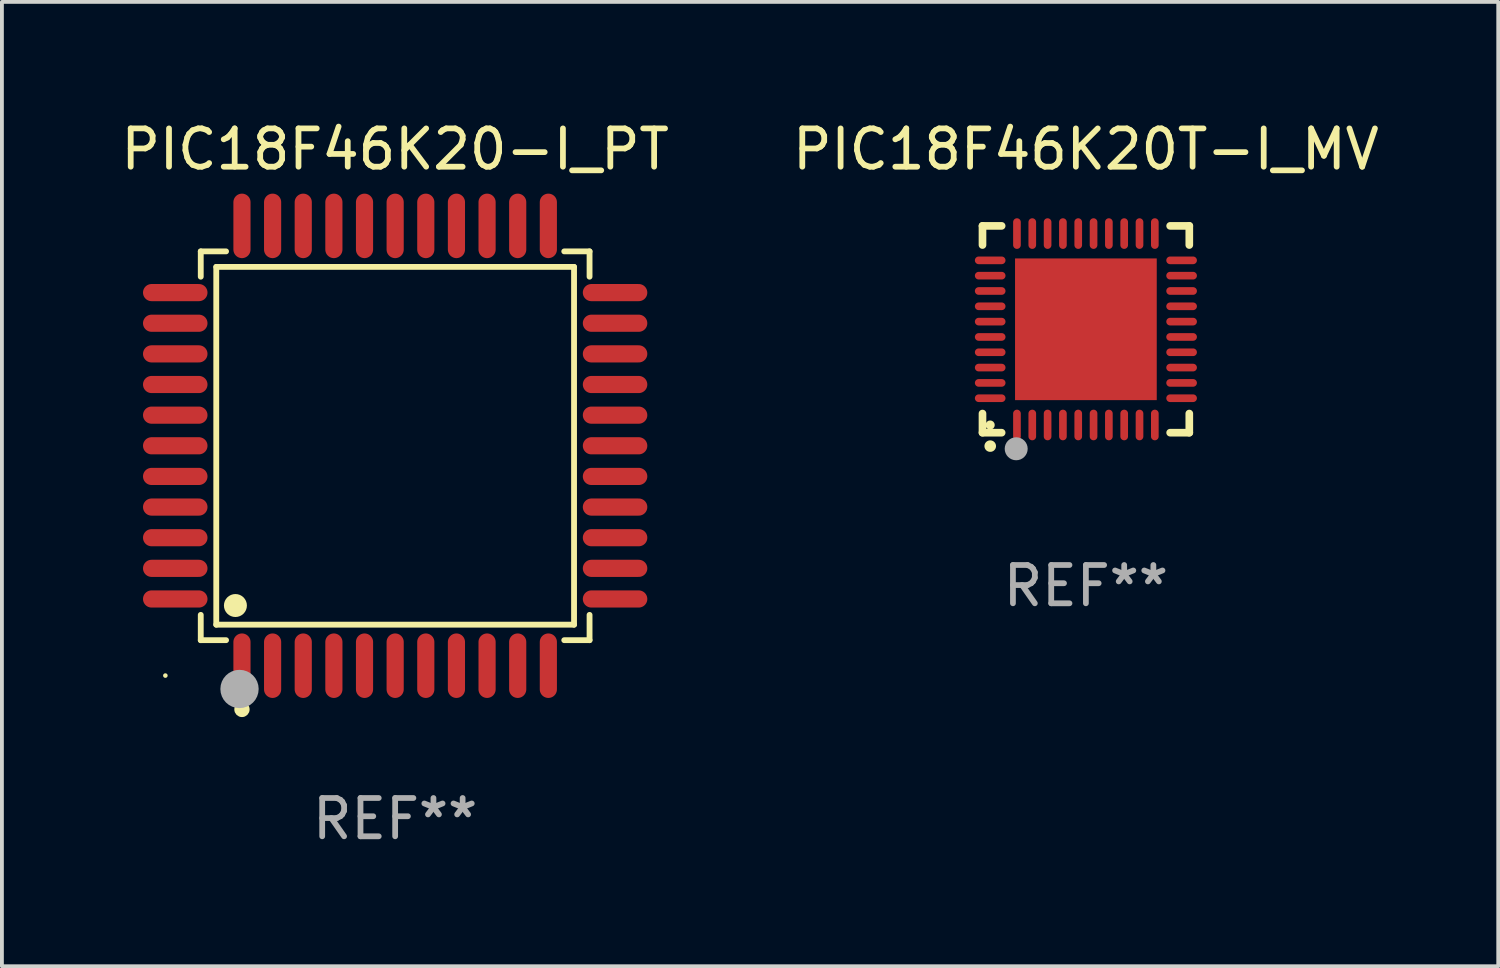
<source format=kicad_pcb>
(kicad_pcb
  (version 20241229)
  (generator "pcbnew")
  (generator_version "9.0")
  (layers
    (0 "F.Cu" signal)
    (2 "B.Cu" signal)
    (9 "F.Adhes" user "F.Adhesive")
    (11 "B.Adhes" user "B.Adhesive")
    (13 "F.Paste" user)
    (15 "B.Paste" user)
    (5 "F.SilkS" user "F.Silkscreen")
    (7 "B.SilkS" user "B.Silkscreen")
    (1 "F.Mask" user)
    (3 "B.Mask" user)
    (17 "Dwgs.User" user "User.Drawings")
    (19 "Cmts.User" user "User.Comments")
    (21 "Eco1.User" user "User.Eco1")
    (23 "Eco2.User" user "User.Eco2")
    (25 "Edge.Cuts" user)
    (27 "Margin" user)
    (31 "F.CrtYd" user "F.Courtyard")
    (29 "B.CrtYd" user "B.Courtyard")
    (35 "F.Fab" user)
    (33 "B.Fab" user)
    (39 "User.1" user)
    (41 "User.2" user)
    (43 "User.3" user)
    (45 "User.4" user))
  (footprint "PIC18F46K20-I_PT"
    (layer "F.Cu")
    (at 7.268 8.59)
    (property "Reference" "PIC18F46K20-I_PT" (at 0 -7.742 0) (layer "F.SilkS") (effects (font (size 1 1) (thickness 0.15))))
    (attr through_hole)
    (fp_line (start -5.076 -5.076) (end -4.415 -5.076) (stroke (width 0.152) (type solid)) (layer "F.SilkS"))
    (fp_line (start -5.076 -4.415) (end -5.076 -5.076) (stroke (width 0.152) (type solid)) (layer "F.SilkS"))
    (fp_line (start -5.076 4.415) (end -5.076 5.076) (stroke (width 0.152) (type solid)) (layer "F.SilkS"))
    (fp_line (start -5.076 5.076) (end -4.415 5.076) (stroke (width 0.152) (type solid)) (layer "F.SilkS"))
    (fp_line (start -4.671 -4.671) (end 4.671 -4.671) (stroke (width 0.152) (type solid)) (layer "F.SilkS"))
    (fp_line (start -4.671 4.671) (end -4.671 -4.671) (stroke (width 0.152) (type solid)) (layer "F.SilkS"))
    (fp_line (start 4.671 -4.671) (end 4.671 4.671) (stroke (width 0.152) (type solid)) (layer "F.SilkS"))
    (fp_line (start 4.671 4.671) (end -4.671 4.671) (stroke (width 0.152) (type solid)) (layer "F.SilkS"))
    (fp_line (start 5.076 -5.076) (end 4.415 -5.076) (stroke (width 0.152) (type solid)) (layer "F.SilkS"))
    (fp_line (start 5.076 -4.415) (end 5.076 -5.076) (stroke (width 0.152) (type solid)) (layer "F.SilkS"))
    (fp_line (start 5.076 4.415) (end 5.076 5.076) (stroke (width 0.152) (type solid)) (layer "F.SilkS"))
    (fp_line (start 5.076 5.076) (end 4.415 5.076) (stroke (width 0.152) (type solid)) (layer "F.SilkS"))
    (fp_circle (center -6 6) (end -5.97 6) (stroke (width 0.06) (type solid)) (fill no) (layer "F.SilkS"))
    (fp_circle (center -4.171 4.171) (end -4.021 4.171) (stroke (width 0.3) (type solid)) (fill no) (layer "F.SilkS"))
    (fp_circle (center -4 6.884) (end -3.9 6.884) (stroke (width 0.2) (type solid)) (fill no) (layer "F.SilkS"))
    (fp_circle (center -4.064 6.35) (end -3.814 6.35) (stroke (width 0.5) (type solid)) (fill no) (layer "F.Fab"))
    (fp_text user "REF**" (at 0 9.742 0) (layer "F.Fab") (effects (font (size 1 1) (thickness 0.15))))
    (pad "1" smd oval (at -4 5.742) (size 0.448 1.684) (layers "F.Cu" "F.Mask" "F.Paste"))
    (pad "2" smd oval (at -3.2 5.742) (size 0.448 1.684) (layers "F.Cu" "F.Mask" "F.Paste"))
    (pad "3" smd oval (at -2.4 5.742) (size 0.448 1.684) (layers "F.Cu" "F.Mask" "F.Paste"))
    (pad "4" smd oval (at -1.6 5.742) (size 0.448 1.684) (layers "F.Cu" "F.Mask" "F.Paste"))
    (pad "5" smd oval (at -0.8 5.742) (size 0.448 1.684) (layers "F.Cu" "F.Mask" "F.Paste"))
    (pad "6" smd oval (at 0 5.742) (size 0.448 1.684) (layers "F.Cu" "F.Mask" "F.Paste"))
    (pad "7" smd oval (at 0.8 5.742) (size 0.448 1.684) (layers "F.Cu" "F.Mask" "F.Paste"))
    (pad "8" smd oval (at 1.6 5.742) (size 0.448 1.684) (layers "F.Cu" "F.Mask" "F.Paste"))
    (pad "9" smd oval (at 2.4 5.742) (size 0.448 1.684) (layers "F.Cu" "F.Mask" "F.Paste"))
    (pad "10" smd oval (at 3.2 5.742) (size 0.448 1.684) (layers "F.Cu" "F.Mask" "F.Paste"))
    (pad "11" smd oval (at 4 5.742) (size 0.448 1.684) (layers "F.Cu" "F.Mask" "F.Paste"))
    (pad "12" smd oval (at 5.742 4) (size 1.684 0.448) (layers "F.Cu" "F.Mask" "F.Paste"))
    (pad "13" smd oval (at 5.742 3.2) (size 1.684 0.448) (layers "F.Cu" "F.Mask" "F.Paste"))
    (pad "14" smd oval (at 5.742 2.4) (size 1.684 0.448) (layers "F.Cu" "F.Mask" "F.Paste"))
    (pad "15" smd oval (at 5.742 1.6) (size 1.684 0.448) (layers "F.Cu" "F.Mask" "F.Paste"))
    (pad "16" smd oval (at 5.742 0.8) (size 1.684 0.448) (layers "F.Cu" "F.Mask" "F.Paste"))
    (pad "17" smd oval (at 5.742 0) (size 1.684 0.448) (layers "F.Cu" "F.Mask" "F.Paste"))
    (pad "18" smd oval (at 5.742 -0.8) (size 1.684 0.448) (layers "F.Cu" "F.Mask" "F.Paste"))
    (pad "19" smd oval (at 5.742 -1.6) (size 1.684 0.448) (layers "F.Cu" "F.Mask" "F.Paste"))
    (pad "20" smd oval (at 5.742 -2.4) (size 1.684 0.448) (layers "F.Cu" "F.Mask" "F.Paste"))
    (pad "21" smd oval (at 5.742 -3.2) (size 1.684 0.448) (layers "F.Cu" "F.Mask" "F.Paste"))
    (pad "22" smd oval (at 5.742 -4) (size 1.684 0.448) (layers "F.Cu" "F.Mask" "F.Paste"))
    (pad "23" smd oval (at 4 -5.742) (size 0.448 1.684) (layers "F.Cu" "F.Mask" "F.Paste"))
    (pad "24" smd oval (at 3.2 -5.742) (size 0.448 1.684) (layers "F.Cu" "F.Mask" "F.Paste"))
    (pad "25" smd oval (at 2.4 -5.742) (size 0.448 1.684) (layers "F.Cu" "F.Mask" "F.Paste"))
    (pad "26" smd oval (at 1.6 -5.742) (size 0.448 1.684) (layers "F.Cu" "F.Mask" "F.Paste"))
    (pad "27" smd oval (at 0.8 -5.742) (size 0.448 1.684) (layers "F.Cu" "F.Mask" "F.Paste"))
    (pad "28" smd oval (at 0 -5.742) (size 0.448 1.684) (layers "F.Cu" "F.Mask" "F.Paste"))
    (pad "29" smd oval (at -0.8 -5.742) (size 0.448 1.684) (layers "F.Cu" "F.Mask" "F.Paste"))
    (pad "30" smd oval (at -1.6 -5.742) (size 0.448 1.684) (layers "F.Cu" "F.Mask" "F.Paste"))
    (pad "31" smd oval (at -2.4 -5.742) (size 0.448 1.684) (layers "F.Cu" "F.Mask" "F.Paste"))
    (pad "32" smd oval (at -3.2 -5.742) (size 0.448 1.684) (layers "F.Cu" "F.Mask" "F.Paste"))
    (pad "33" smd oval (at -4 -5.742) (size 0.448 1.684) (layers "F.Cu" "F.Mask" "F.Paste"))
    (pad "34" smd oval (at -5.742 -4) (size 1.684 0.448) (layers "F.Cu" "F.Mask" "F.Paste"))
    (pad "35" smd oval (at -5.742 -3.2) (size 1.684 0.448) (layers "F.Cu" "F.Mask" "F.Paste"))
    (pad "36" smd oval (at -5.742 -2.4) (size 1.684 0.448) (layers "F.Cu" "F.Mask" "F.Paste"))
    (pad "37" smd oval (at -5.742 -1.6) (size 1.684 0.448) (layers "F.Cu" "F.Mask" "F.Paste"))
    (pad "38" smd oval (at -5.742 -0.8) (size 1.684 0.448) (layers "F.Cu" "F.Mask" "F.Paste"))
    (pad "39" smd oval (at -5.742 0) (size 1.684 0.448) (layers "F.Cu" "F.Mask" "F.Paste"))
    (pad "40" smd oval (at -5.742 0.8) (size 1.684 0.448) (layers "F.Cu" "F.Mask" "F.Paste"))
    (pad "41" smd oval (at -5.742 1.6) (size 1.684 0.448) (layers "F.Cu" "F.Mask" "F.Paste"))
    (pad "42" smd oval (at -5.742 2.4) (size 1.684 0.448) (layers "F.Cu" "F.Mask" "F.Paste"))
    (pad "43" smd oval (at -5.742 3.2) (size 1.684 0.448) (layers "F.Cu" "F.Mask" "F.Paste"))
    (pad "44" smd oval (at -5.742 4) (size 1.684 0.448) (layers "F.Cu" "F.Mask" "F.Paste")))
  (footprint "PIC18F46K20T-I_MV"
    (layer "F.Cu")
    (at 25.304 5.548)
    (property "Reference" "PIC18F46K20T-I_MV" (at 0 -4.7 0) (layer "F.SilkS") (effects (font (size 1 1) (thickness 0.15))))
    (attr through_hole)
    (fp_line (start -2.7 -2.7) (end -2.7 -2.2) (stroke (width 0.2) (type solid)) (layer "F.SilkS"))
    (fp_line (start -2.7 2.7) (end -2.7 2.2) (stroke (width 0.2) (type solid)) (layer "F.SilkS"))
    (fp_line (start -2.2 -2.7) (end -2.7 -2.7) (stroke (width 0.2) (type solid)) (layer "F.SilkS"))
    (fp_line (start -2.2 2.7) (end -2.7 2.7) (stroke (width 0.2) (type solid)) (layer "F.SilkS"))
    (fp_line (start 2.7 -2.7) (end 2.2 -2.7) (stroke (width 0.2) (type solid)) (layer "F.SilkS"))
    (fp_line (start 2.7 -2.2) (end 2.7 -2.7) (stroke (width 0.2) (type solid)) (layer "F.SilkS"))
    (fp_line (start 2.7 2.2) (end 2.7 2.7) (stroke (width 0.2) (type solid)) (layer "F.SilkS"))
    (fp_line (start 2.7 2.7) (end 2.2 2.7) (stroke (width 0.2) (type solid)) (layer "F.SilkS"))
    (fp_arc (start -2.499365 3.050546) (mid -2.498095 3.050541) (end -2.496825 3.050546) (stroke (width 0.3) (type solid)) (layer "F.SilkS"))
    (fp_circle (center -2.5 2.5) (end -2.44 2.5) (stroke (width 0.12) (type solid)) (fill no) (layer "F.SilkS"))
    (fp_circle (center -1.82 3.12) (end -1.67 3.12) (stroke (width 0.3) (type solid)) (fill no) (layer "F.Fab"))
    (fp_text user "REF**" (at 0 6.7 0) (layer "F.Fab") (effects (font (size 1 1) (thickness 0.15))))
    (pad "1" smd oval (at -1.8 2.499) (size 0.2 0.8) (layers "F.Cu" "F.Mask" "F.Paste"))
    (pad "2" smd oval (at -1.4 2.499) (size 0.2 0.8) (layers "F.Cu" "F.Mask" "F.Paste"))
    (pad "3" smd oval (at -1 2.499) (size 0.2 0.8) (layers "F.Cu" "F.Mask" "F.Paste"))
    (pad "4" smd oval (at -0.6 2.499) (size 0.2 0.8) (layers "F.Cu" "F.Mask" "F.Paste"))
    (pad "5" smd oval (at -0.2 2.499) (size 0.2 0.8) (layers "F.Cu" "F.Mask" "F.Paste"))
    (pad "6" smd oval (at 0.2 2.499) (size 0.2 0.8) (layers "F.Cu" "F.Mask" "F.Paste"))
    (pad "7" smd oval (at 0.6 2.499) (size 0.2 0.8) (layers "F.Cu" "F.Mask" "F.Paste"))
    (pad "8" smd oval (at 1 2.499) (size 0.2 0.8) (layers "F.Cu" "F.Mask" "F.Paste"))
    (pad "9" smd oval (at 1.4 2.499) (size 0.2 0.8) (layers "F.Cu" "F.Mask" "F.Paste"))
    (pad "10" smd oval (at 1.8 2.499) (size 0.2 0.8) (layers "F.Cu" "F.Mask" "F.Paste"))
    (pad "11" smd oval (at 2.499 1.8) (size 0.8 0.2) (layers "F.Cu" "F.Mask" "F.Paste"))
    (pad "12" smd oval (at 2.499 1.4) (size 0.8 0.2) (layers "F.Cu" "F.Mask" "F.Paste"))
    (pad "13" smd oval (at 2.499 1) (size 0.8 0.2) (layers "F.Cu" "F.Mask" "F.Paste"))
    (pad "14" smd oval (at 2.499 0.6) (size 0.8 0.2) (layers "F.Cu" "F.Mask" "F.Paste"))
    (pad "15" smd oval (at 2.499 0.2) (size 0.8 0.2) (layers "F.Cu" "F.Mask" "F.Paste"))
    (pad "16" smd oval (at 2.499 -0.2) (size 0.8 0.2) (layers "F.Cu" "F.Mask" "F.Paste"))
    (pad "17" smd oval (at 2.499 -0.6) (size 0.8 0.2) (layers "F.Cu" "F.Mask" "F.Paste"))
    (pad "18" smd oval (at 2.499 -1) (size 0.8 0.2) (layers "F.Cu" "F.Mask" "F.Paste"))
    (pad "19" smd oval (at 2.499 -1.4) (size 0.8 0.2) (layers "F.Cu" "F.Mask" "F.Paste"))
    (pad "20" smd oval (at 2.499 -1.8) (size 0.8 0.2) (layers "F.Cu" "F.Mask" "F.Paste"))
    (pad "21" smd oval (at 1.8 -2.499) (size 0.2 0.8) (layers "F.Cu" "F.Mask" "F.Paste"))
    (pad "22" smd oval (at 1.4 -2.499) (size 0.2 0.8) (layers "F.Cu" "F.Mask" "F.Paste"))
    (pad "23" smd oval (at 1 -2.499) (size 0.2 0.8) (layers "F.Cu" "F.Mask" "F.Paste"))
    (pad "24" smd oval (at 0.6 -2.499) (size 0.2 0.8) (layers "F.Cu" "F.Mask" "F.Paste"))
    (pad "25" smd oval (at 0.2 -2.499) (size 0.2 0.8) (layers "F.Cu" "F.Mask" "F.Paste"))
    (pad "26" smd oval (at -0.2 -2.499) (size 0.2 0.8) (layers "F.Cu" "F.Mask" "F.Paste"))
    (pad "27" smd oval (at -0.6 -2.499) (size 0.2 0.8) (layers "F.Cu" "F.Mask" "F.Paste"))
    (pad "28" smd oval (at -1 -2.499) (size 0.2 0.8) (layers "F.Cu" "F.Mask" "F.Paste"))
    (pad "29" smd oval (at -1.4 -2.499) (size 0.2 0.8) (layers "F.Cu" "F.Mask" "F.Paste"))
    (pad "30" smd oval (at -1.8 -2.499) (size 0.2 0.8) (layers "F.Cu" "F.Mask" "F.Paste"))
    (pad "31" smd oval (at -2.499 -1.8) (size 0.8 0.2) (layers "F.Cu" "F.Mask" "F.Paste"))
    (pad "32" smd oval (at -2.499 -1.4) (size 0.8 0.2) (layers "F.Cu" "F.Mask" "F.Paste"))
    (pad "33" smd oval (at -2.499 -1) (size 0.8 0.2) (layers "F.Cu" "F.Mask" "F.Paste"))
    (pad "34" smd oval (at -2.499 -0.6) (size 0.8 0.2) (layers "F.Cu" "F.Mask" "F.Paste"))
    (pad "35" smd oval (at -2.499 -0.2) (size 0.8 0.2) (layers "F.Cu" "F.Mask" "F.Paste"))
    (pad "36" smd oval (at -2.499 0.2) (size 0.8 0.2) (layers "F.Cu" "F.Mask" "F.Paste"))
    (pad "37" smd oval (at -2.499 0.6) (size 0.8 0.2) (layers "F.Cu" "F.Mask" "F.Paste"))
    (pad "38" smd oval (at -2.499 1) (size 0.8 0.2) (layers "F.Cu" "F.Mask" "F.Paste"))
    (pad "39" smd oval (at -2.499 1.4) (size 0.8 0.2) (layers "F.Cu" "F.Mask" "F.Paste"))
    (pad "40" smd oval (at -2.499 1.8) (size 0.8 0.2) (layers "F.Cu" "F.Mask" "F.Paste"))
    (pad "41" smd rect (at 0 0) (size 3.7 3.7) (layers "F.Cu" "F.Mask" "F.Paste")))
  (gr_rect
    (start -3 -3)
    (end 36.071 22.18)
    (stroke (width 0.1) (type default))
    (fill no)
    (layer "Edge.Cuts")))
</source>
